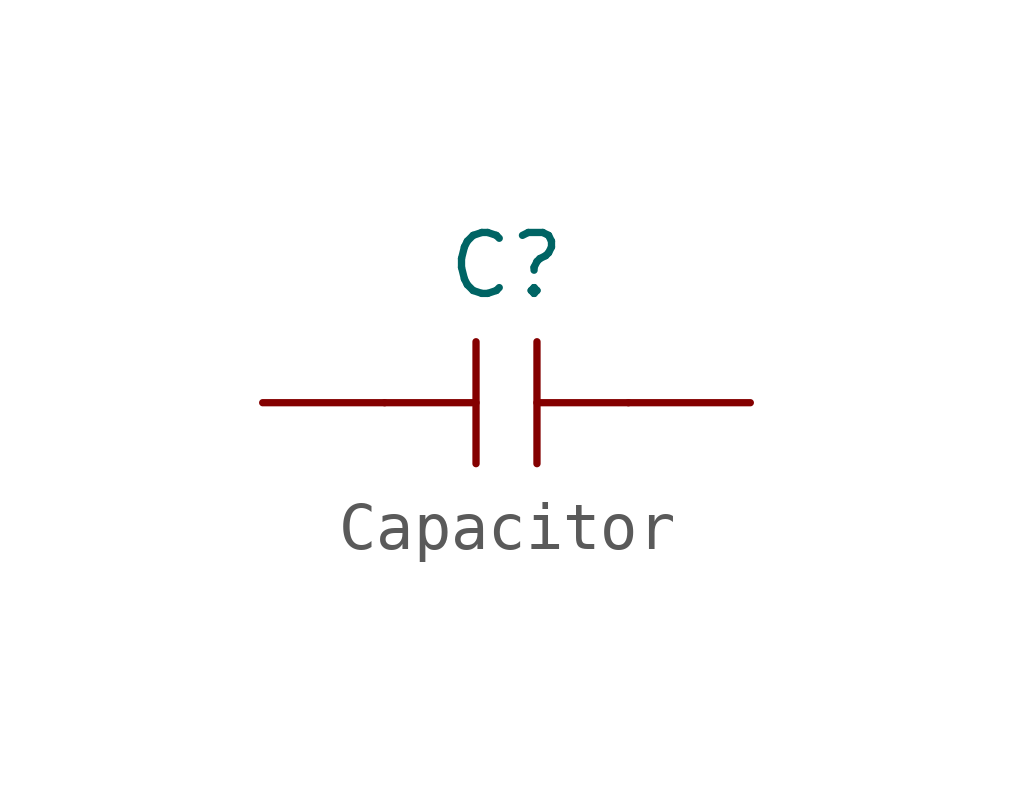
<source format=kicad_sym>
(kicad_symbol_lib
  (version 20220914)
  (generator kicad_symbol_editor)
  (symbol "Capacitor"
    (pin_numbers hide)
    (pin_names hide)
    (property "Reference" "C"
      (at 5.08 2.857 0)
      (effects (font (size 1.27 1.27))))
    (property "Value" ""
      (at 0 2.54 0)
      (effects (font (size 1.27 1.27))))
    (symbol "Capacitor_0_1"
      (polyline (pts (xy 2.54 0) (xy 4.445 0)) (stroke (width 0) (type default)) (fill (type none)))
      (polyline (pts (xy 4.445 1.27) (xy 4.445 -1.27)) (stroke (width 0) (type default)) (fill (type none)))
      (polyline (pts (xy 5.715 0) (xy 7.62 0)) (stroke (width 0) (type default)) (fill (type none)))
      (polyline (pts (xy 5.715 1.27) (xy 5.715 -1.27)) (stroke (width 0) (type default)) (fill (type none))))
    (symbol "Capacitor_1_1"
      (pin passive line (at 0 0 0) (length 2.54) (name "" (effects (font (size 1.27 1.27)))) (number "1" (effects (font (size 1.27 1.27)))))
      (pin passive line (at 10.16 0 180) (length 2.54) (name "" (effects (font (size 1.27 1.27)))) (number "2" (effects (font (size 1.27 1.27))))))))
</source>
